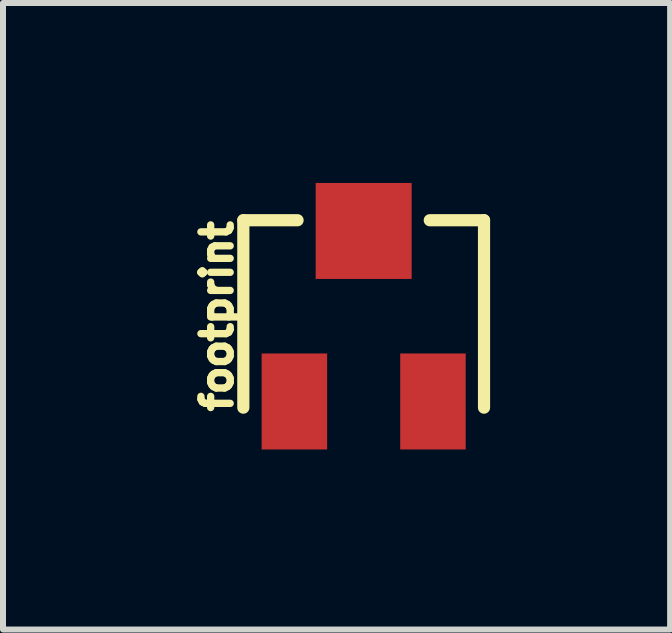
<source format=kicad_pcb>
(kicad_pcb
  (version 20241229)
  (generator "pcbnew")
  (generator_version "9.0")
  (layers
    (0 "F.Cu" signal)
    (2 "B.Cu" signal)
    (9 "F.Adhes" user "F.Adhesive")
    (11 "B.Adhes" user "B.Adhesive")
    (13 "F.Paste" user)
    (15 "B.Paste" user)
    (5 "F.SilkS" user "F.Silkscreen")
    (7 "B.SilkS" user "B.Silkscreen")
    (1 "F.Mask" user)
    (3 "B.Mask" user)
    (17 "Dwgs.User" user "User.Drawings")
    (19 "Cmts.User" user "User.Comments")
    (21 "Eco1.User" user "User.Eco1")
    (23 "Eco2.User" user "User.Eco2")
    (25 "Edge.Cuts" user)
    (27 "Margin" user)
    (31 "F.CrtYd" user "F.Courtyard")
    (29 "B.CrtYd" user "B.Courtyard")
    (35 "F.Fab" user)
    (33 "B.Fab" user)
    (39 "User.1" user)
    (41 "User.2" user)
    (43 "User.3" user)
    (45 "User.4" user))
  (footprint "footprint"
    (layer "F.Cu")
    (at 3.012 2.221)
    (property "Reference" "footprint" (at -2.159 0 90) (layer "F.SilkS") (effects (font (size 0.488 0.488) (thickness 0.122)) (justify bottom)))
    (fp_line (start -2.006 -1.6) (end -2.006 1.524) (stroke (width 0.203) (type solid)) (layer "F.SilkS"))
    (fp_line (start -1.102 -1.6) (end -2.006 -1.6) (stroke (width 0.203) (type solid)) (layer "F.SilkS"))
    (fp_line (start 1.102 -1.6) (end 2.006 -1.6) (stroke (width 0.203) (type solid)) (layer "F.SilkS"))
    (fp_line (start 2.006 -1.6) (end 2.006 1.524) (stroke (width 0.203) (type solid)) (layer "F.SilkS"))
    (pad "1" smd rect (at -1.155 1.421) (size 1.092 1.6) (layers "F.Cu" "F.Mask" "F.Paste"))
    (pad "2" smd rect (at 0 -1.421) (size 1.6 1.6) (layers "F.Cu" "F.Mask" "F.Paste"))
    (pad "3" smd rect (at 1.155 1.421) (size 1.092 1.6) (layers "F.Cu" "F.Mask" "F.Paste")))
  (gr_rect
    (start -3 -3)
    (end 8.12 7.443)
    (stroke (width 0.1) (type default))
    (fill no)
    (layer "Edge.Cuts")))
</source>
